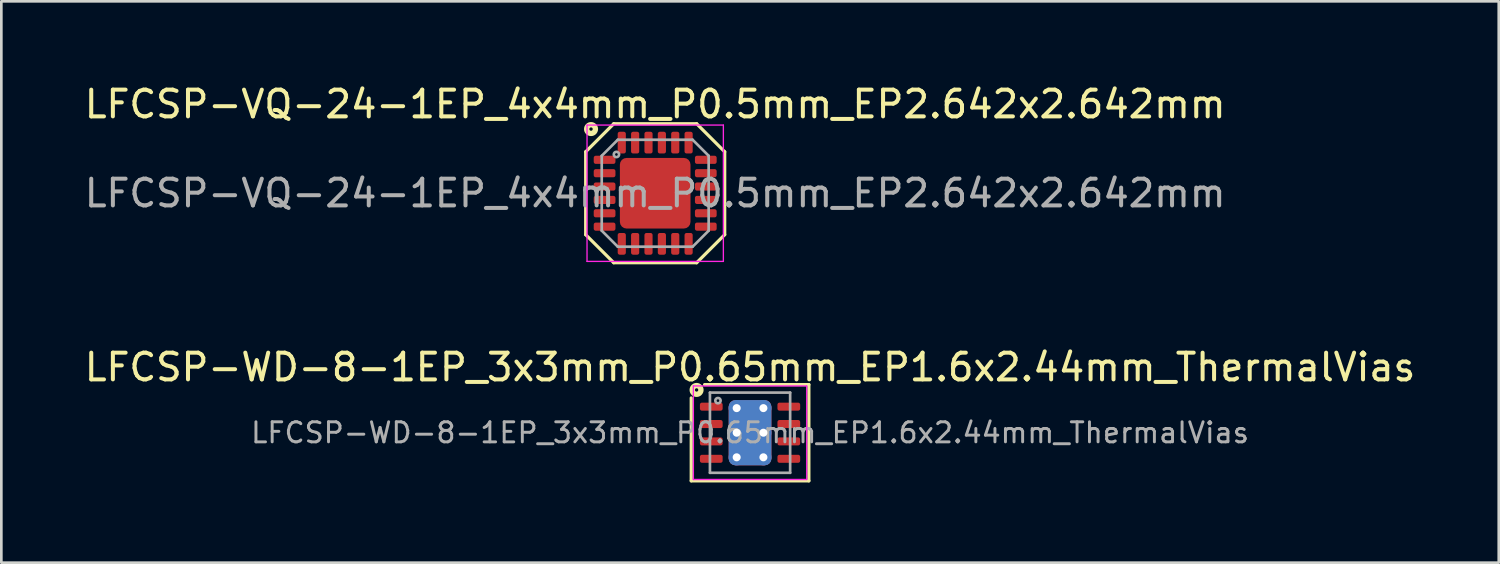
<source format=kicad_pcb>
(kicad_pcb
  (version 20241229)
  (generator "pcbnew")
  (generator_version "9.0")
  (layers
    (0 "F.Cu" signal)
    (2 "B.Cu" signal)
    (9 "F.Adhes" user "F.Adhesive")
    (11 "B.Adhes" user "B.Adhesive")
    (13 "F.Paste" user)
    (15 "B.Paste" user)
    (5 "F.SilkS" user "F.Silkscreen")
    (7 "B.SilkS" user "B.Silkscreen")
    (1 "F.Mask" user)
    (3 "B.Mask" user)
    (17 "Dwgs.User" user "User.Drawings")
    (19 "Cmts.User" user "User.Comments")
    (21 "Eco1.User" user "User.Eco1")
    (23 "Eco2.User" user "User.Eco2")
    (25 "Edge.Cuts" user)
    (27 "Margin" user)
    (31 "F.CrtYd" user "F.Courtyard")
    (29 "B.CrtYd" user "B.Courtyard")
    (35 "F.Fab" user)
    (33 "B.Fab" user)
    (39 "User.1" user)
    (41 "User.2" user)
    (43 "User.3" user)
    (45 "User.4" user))
  (footprint "LFCSP-WD-8-1EP_3x3mm_P0.65mm_EP1.6x2.44mm_ThermalVias"
    (layer "F.Cu")
    (at 25.006 13.136)
    (property "Reference" "LFCSP-WD-8-1EP_3x3mm_P0.65mm_EP1.6x2.44mm_ThermalVias" (at 0 -2.45 0) (layer "F.SilkS") (effects (font (size 1 1) (thickness 0.15))))
    (attr smd)
    (fp_line (start -2.2 1.8) (end -2.2 -1.3) (stroke (width 0.12) (type solid)) (layer "F.SilkS"))
    (fp_line (start 2.2 -1.8) (end -1.7 -1.8) (stroke (width 0.12) (type solid)) (layer "F.SilkS"))
    (fp_line (start 2.2 -1.8) (end 2.2 1.8) (stroke (width 0.12) (type solid)) (layer "F.SilkS"))
    (fp_line (start 2.2 1.8) (end -2.2 1.8) (stroke (width 0.12) (type solid)) (layer "F.SilkS"))
    (fp_circle (center -2 -1.6) (end -1.937 -1.6) (stroke (width 0.2) (type solid)) (fill no) (layer "F.SilkS"))
    (fp_line (start -2.12 -1.75) (end -2.12 1.75) (stroke (width 0.05) (type solid)) (layer "F.CrtYd"))
    (fp_line (start -2.12 1.75) (end 2.12 1.75) (stroke (width 0.05) (type solid)) (layer "F.CrtYd"))
    (fp_line (start 2.12 -1.75) (end -2.12 -1.75) (stroke (width 0.05) (type solid)) (layer "F.CrtYd"))
    (fp_line (start 2.12 1.75) (end 2.12 -1.75) (stroke (width 0.05) (type solid)) (layer "F.CrtYd"))
    (fp_line (start -1.5 -1.5) (end 1.5 -1.5) (stroke (width 0.1) (type solid)) (layer "F.Fab"))
    (fp_line (start -1.5 1.5) (end -1.5 -1.5) (stroke (width 0.1) (type solid)) (layer "F.Fab"))
    (fp_line (start 1.5 -1.5) (end 1.5 1.5) (stroke (width 0.1) (type solid)) (layer "F.Fab"))
    (fp_line (start 1.5 1.5) (end -1.5 1.5) (stroke (width 0.1) (type solid)) (layer "F.Fab"))
    (fp_circle (center -1.2 -1.2) (end -1.1 -1.2) (stroke (width 0.1) (type solid)) (fill no) (layer "F.Fab"))
    (fp_text user "${REFERENCE}" (at 0 0 0) (layer "F.Fab") (effects (font (size 0.75 0.75) (thickness 0.11))))
    (pad "" smd roundrect (at -0.4 -0.81) (size 0.64 0.66) (layers "F.Paste") (roundrect_rratio 0.25))
    (pad "" smd roundrect (at -0.4 0) (size 0.64 0.66) (layers "F.Paste") (roundrect_rratio 0.25))
    (pad "" smd roundrect (at -0.4 0.81) (size 0.64 0.66) (layers "F.Paste") (roundrect_rratio 0.25))
    (pad "" smd roundrect (at 0.4 -0.81) (size 0.64 0.66) (layers "F.Paste") (roundrect_rratio 0.25))
    (pad "" smd roundrect (at 0.4 0) (size 0.64 0.66) (layers "F.Paste") (roundrect_rratio 0.25))
    (pad "" smd roundrect (at 0.4 0.81) (size 0.64 0.66) (layers "F.Paste") (roundrect_rratio 0.25))
    (pad "1" smd roundrect (at -1.45 -0.975) (size 0.85 0.3) (layers "F.Cu" "F.Mask" "F.Paste") (roundrect_rratio 0.25))
    (pad "2" smd roundrect (at -1.45 -0.325) (size 0.85 0.3) (layers "F.Cu" "F.Mask" "F.Paste") (roundrect_rratio 0.25))
    (pad "3" smd roundrect (at -1.45 0.325) (size 0.85 0.3) (layers "F.Cu" "F.Mask" "F.Paste") (roundrect_rratio 0.25))
    (pad "4" smd roundrect (at -1.45 0.975) (size 0.85 0.3) (layers "F.Cu" "F.Mask" "F.Paste") (roundrect_rratio 0.25))
    (pad "5" smd roundrect (at 1.45 0.975) (size 0.85 0.3) (layers "F.Cu" "F.Mask" "F.Paste") (roundrect_rratio 0.25))
    (pad "6" smd roundrect (at 1.45 0.325) (size 0.85 0.3) (layers "F.Cu" "F.Mask" "F.Paste") (roundrect_rratio 0.25))
    (pad "7" smd roundrect (at 1.45 -0.325) (size 0.85 0.3) (layers "F.Cu" "F.Mask" "F.Paste") (roundrect_rratio 0.25))
    (pad "8" smd roundrect (at 1.45 -0.975) (size 0.85 0.3) (layers "F.Cu" "F.Mask" "F.Paste") (roundrect_rratio 0.25))
    (pad "9" thru_hole circle (at -0.5 -0.92) (size 0.6 0.6) (drill 0.3) (property pad_prop_heatsink) (layers "*.Cu"))
    (pad "9" thru_hole circle (at -0.5 0) (size 0.6 0.6) (drill 0.3) (property pad_prop_heatsink) (layers "*.Cu"))
    (pad "9" thru_hole circle (at -0.5 0.92) (size 0.6 0.6) (drill 0.3) (property pad_prop_heatsink) (layers "*.Cu"))
    (pad "9" smd roundrect (at 0 0) (size 1.6 2.44) (layers "F.Cu" "F.Mask") (roundrect_rratio 0.156))
    (pad "9" smd roundrect (at 0 0) (size 1.6 2.44) (layers "B.Cu" "B.Mask") (roundrect_rratio 0.156))
    (pad "9" thru_hole circle (at 0.5 -0.92) (size 0.6 0.6) (drill 0.3) (property pad_prop_heatsink) (layers "*.Cu"))
    (pad "9" thru_hole circle (at 0.5 0) (size 0.6 0.6) (drill 0.3) (property pad_prop_heatsink) (layers "*.Cu"))
    (pad "9" thru_hole circle (at 0.5 0.92) (size 0.6 0.6) (drill 0.3) (property pad_prop_heatsink) (layers "*.Cu")))
  (footprint "LFCSP-VQ-24-1EP_4x4mm_P0.5mm_EP2.642x2.642mm"
    (layer "F.Cu")
    (at 21.458 4.178)
    (property "Reference" "LFCSP-VQ-24-1EP_4x4mm_P0.5mm_EP2.642x2.642mm" (at 0 -3.33 0) (layer "F.SilkS") (effects (font (size 1 1) (thickness 0.15))))
    (attr smd)
    (fp_line (start -2.6 1.55) (end -2.6 -1.55) (stroke (width 0.12) (type solid)) (layer "F.SilkS"))
    (fp_line (start -1.55 -2.6) (end -2.6 -1.55) (stroke (width 0.12) (type solid)) (layer "F.SilkS"))
    (fp_line (start -1.55 -2.6) (end 1.55 -2.6) (stroke (width 0.12) (type solid)) (layer "F.SilkS"))
    (fp_line (start -1.55 2.6) (end -2.6 1.55) (stroke (width 0.12) (type solid)) (layer "F.SilkS"))
    (fp_line (start -1.55 2.6) (end 1.55 2.6) (stroke (width 0.12) (type solid)) (layer "F.SilkS"))
    (fp_line (start 1.55 -2.6) (end 2.6 -1.55) (stroke (width 0.12) (type solid)) (layer "F.SilkS"))
    (fp_line (start 1.55 2.6) (end 2.6 1.55) (stroke (width 0.12) (type solid)) (layer "F.SilkS"))
    (fp_line (start 2.6 -1.55) (end 2.6 1.55) (stroke (width 0.12) (type solid)) (layer "F.SilkS"))
    (fp_circle (center -2.4 -2.4) (end -2.337 -2.4) (stroke (width 0.2) (type solid)) (fill no) (layer "F.SilkS"))
    (fp_line (start -2.55 -2.55) (end -2.55 2.55) (stroke (width 0.05) (type solid)) (layer "F.CrtYd"))
    (fp_line (start -2.55 -2.55) (end 2.55 -2.55) (stroke (width 0.05) (type solid)) (layer "F.CrtYd"))
    (fp_line (start -2.55 2.55) (end 2.55 2.55) (stroke (width 0.05) (type solid)) (layer "F.CrtYd"))
    (fp_line (start 2.55 -2.55) (end 2.55 2.55) (stroke (width 0.05) (type solid)) (layer "F.CrtYd"))
    (fp_line (start -2 -1.4) (end -1.4 -2) (stroke (width 0.1) (type solid)) (layer "F.Fab"))
    (fp_line (start -2 1.4) (end -2 -1.4) (stroke (width 0.1) (type solid)) (layer "F.Fab"))
    (fp_line (start -2 1.4) (end -1.4 2) (stroke (width 0.1) (type solid)) (layer "F.Fab"))
    (fp_line (start -1.4 -2) (end 1.4 -2) (stroke (width 0.1) (type solid)) (layer "F.Fab"))
    (fp_line (start 1.4 -2) (end 2 -1.4) (stroke (width 0.1) (type solid)) (layer "F.Fab"))
    (fp_line (start 1.4 2) (end -1.4 2) (stroke (width 0.1) (type solid)) (layer "F.Fab"))
    (fp_line (start 1.4 2) (end 2 1.4) (stroke (width 0.1) (type solid)) (layer "F.Fab"))
    (fp_line (start 2 -1.4) (end 2 1.4) (stroke (width 0.1) (type solid)) (layer "F.Fab"))
    (fp_circle (center -1.45 -1.45) (end -1.35 -1.45) (stroke (width 0.1) (type solid)) (fill no) (layer "F.Fab"))
    (fp_text user "${REFERENCE}" (at 0 0 0) (layer "F.Fab") (effects (font (size 1 1) (thickness 0.15))))
    (pad "" smd roundrect (at -0.65 -0.65) (size 1.05 1.05) (layers "F.Paste") (roundrect_rratio 0.238))
    (pad "" smd roundrect (at -0.65 0.65) (size 1.05 1.05) (layers "F.Paste") (roundrect_rratio 0.238))
    (pad "" smd roundrect (at 0.65 -0.65) (size 1.05 1.05) (layers "F.Paste") (roundrect_rratio 0.238))
    (pad "" smd roundrect (at 0.65 0.65) (size 1.05 1.05) (layers "F.Paste") (roundrect_rratio 0.238))
    (pad "1" smd roundrect (at -1.893 -1.25) (size 0.813 0.305) (layers "F.Cu" "F.Mask" "F.Paste") (roundrect_rratio 0.25))
    (pad "2" smd roundrect (at -1.893 -0.75) (size 0.813 0.305) (layers "F.Cu" "F.Mask" "F.Paste") (roundrect_rratio 0.25))
    (pad "3" smd roundrect (at -1.893 -0.25) (size 0.813 0.305) (layers "F.Cu" "F.Mask" "F.Paste") (roundrect_rratio 0.25))
    (pad "4" smd roundrect (at -1.893 0.25) (size 0.813 0.305) (layers "F.Cu" "F.Mask" "F.Paste") (roundrect_rratio 0.25))
    (pad "5" smd roundrect (at -1.893 0.75) (size 0.813 0.305) (layers "F.Cu" "F.Mask" "F.Paste") (roundrect_rratio 0.25))
    (pad "6" smd roundrect (at -1.893 1.25) (size 0.813 0.305) (layers "F.Cu" "F.Mask" "F.Paste") (roundrect_rratio 0.25))
    (pad "7" smd roundrect (at -1.25 1.893 90) (size 0.813 0.305) (layers "F.Cu" "F.Mask" "F.Paste") (roundrect_rratio 0.25))
    (pad "8" smd roundrect (at -0.75 1.893 90) (size 0.813 0.305) (layers "F.Cu" "F.Mask" "F.Paste") (roundrect_rratio 0.25))
    (pad "9" smd roundrect (at -0.25 1.893 90) (size 0.813 0.305) (layers "F.Cu" "F.Mask" "F.Paste") (roundrect_rratio 0.25))
    (pad "10" smd roundrect (at 0.25 1.893 90) (size 0.813 0.305) (layers "F.Cu" "F.Mask" "F.Paste") (roundrect_rratio 0.25))
    (pad "11" smd roundrect (at 0.75 1.893 90) (size 0.813 0.305) (layers "F.Cu" "F.Mask" "F.Paste") (roundrect_rratio 0.25))
    (pad "12" smd roundrect (at 1.25 1.893 90) (size 0.813 0.305) (layers "F.Cu" "F.Mask" "F.Paste") (roundrect_rratio 0.25))
    (pad "13" smd roundrect (at 1.893 1.25) (size 0.813 0.305) (layers "F.Cu" "F.Mask" "F.Paste") (roundrect_rratio 0.25))
    (pad "14" smd roundrect (at 1.893 0.75) (size 0.813 0.305) (layers "F.Cu" "F.Mask" "F.Paste") (roundrect_rratio 0.25))
    (pad "15" smd roundrect (at 1.893 0.25) (size 0.813 0.305) (layers "F.Cu" "F.Mask" "F.Paste") (roundrect_rratio 0.25))
    (pad "16" smd roundrect (at 1.893 -0.25) (size 0.813 0.305) (layers "F.Cu" "F.Mask" "F.Paste") (roundrect_rratio 0.25))
    (pad "17" smd roundrect (at 1.893 -0.75) (size 0.813 0.305) (layers "F.Cu" "F.Mask" "F.Paste") (roundrect_rratio 0.25))
    (pad "18" smd roundrect (at 1.893 -1.25) (size 0.813 0.305) (layers "F.Cu" "F.Mask" "F.Paste") (roundrect_rratio 0.25))
    (pad "19" smd roundrect (at 1.25 -1.893 90) (size 0.813 0.305) (layers "F.Cu" "F.Mask" "F.Paste") (roundrect_rratio 0.25))
    (pad "20" smd roundrect (at 0.75 -1.893 90) (size 0.813 0.305) (layers "F.Cu" "F.Mask" "F.Paste") (roundrect_rratio 0.25))
    (pad "21" smd roundrect (at 0.25 -1.893 90) (size 0.813 0.305) (layers "F.Cu" "F.Mask" "F.Paste") (roundrect_rratio 0.25))
    (pad "22" smd roundrect (at -0.25 -1.893 90) (size 0.813 0.305) (layers "F.Cu" "F.Mask" "F.Paste") (roundrect_rratio 0.25))
    (pad "23" smd roundrect (at -0.75 -1.893 90) (size 0.813 0.305) (layers "F.Cu" "F.Mask" "F.Paste") (roundrect_rratio 0.25))
    (pad "24" smd roundrect (at -1.25 -1.893 90) (size 0.813 0.305) (layers "F.Cu" "F.Mask" "F.Paste") (roundrect_rratio 0.25))
    (pad "25" smd roundrect (at 0 0) (size 2.642 2.642) (layers "F.Cu" "F.Mask") (roundrect_rratio 0.095)))
  (gr_rect
    (start -3 -3)
    (end 53.012 17.997)
    (stroke (width 0.1) (type default))
    (fill no)
    (layer "Edge.Cuts")))
</source>
